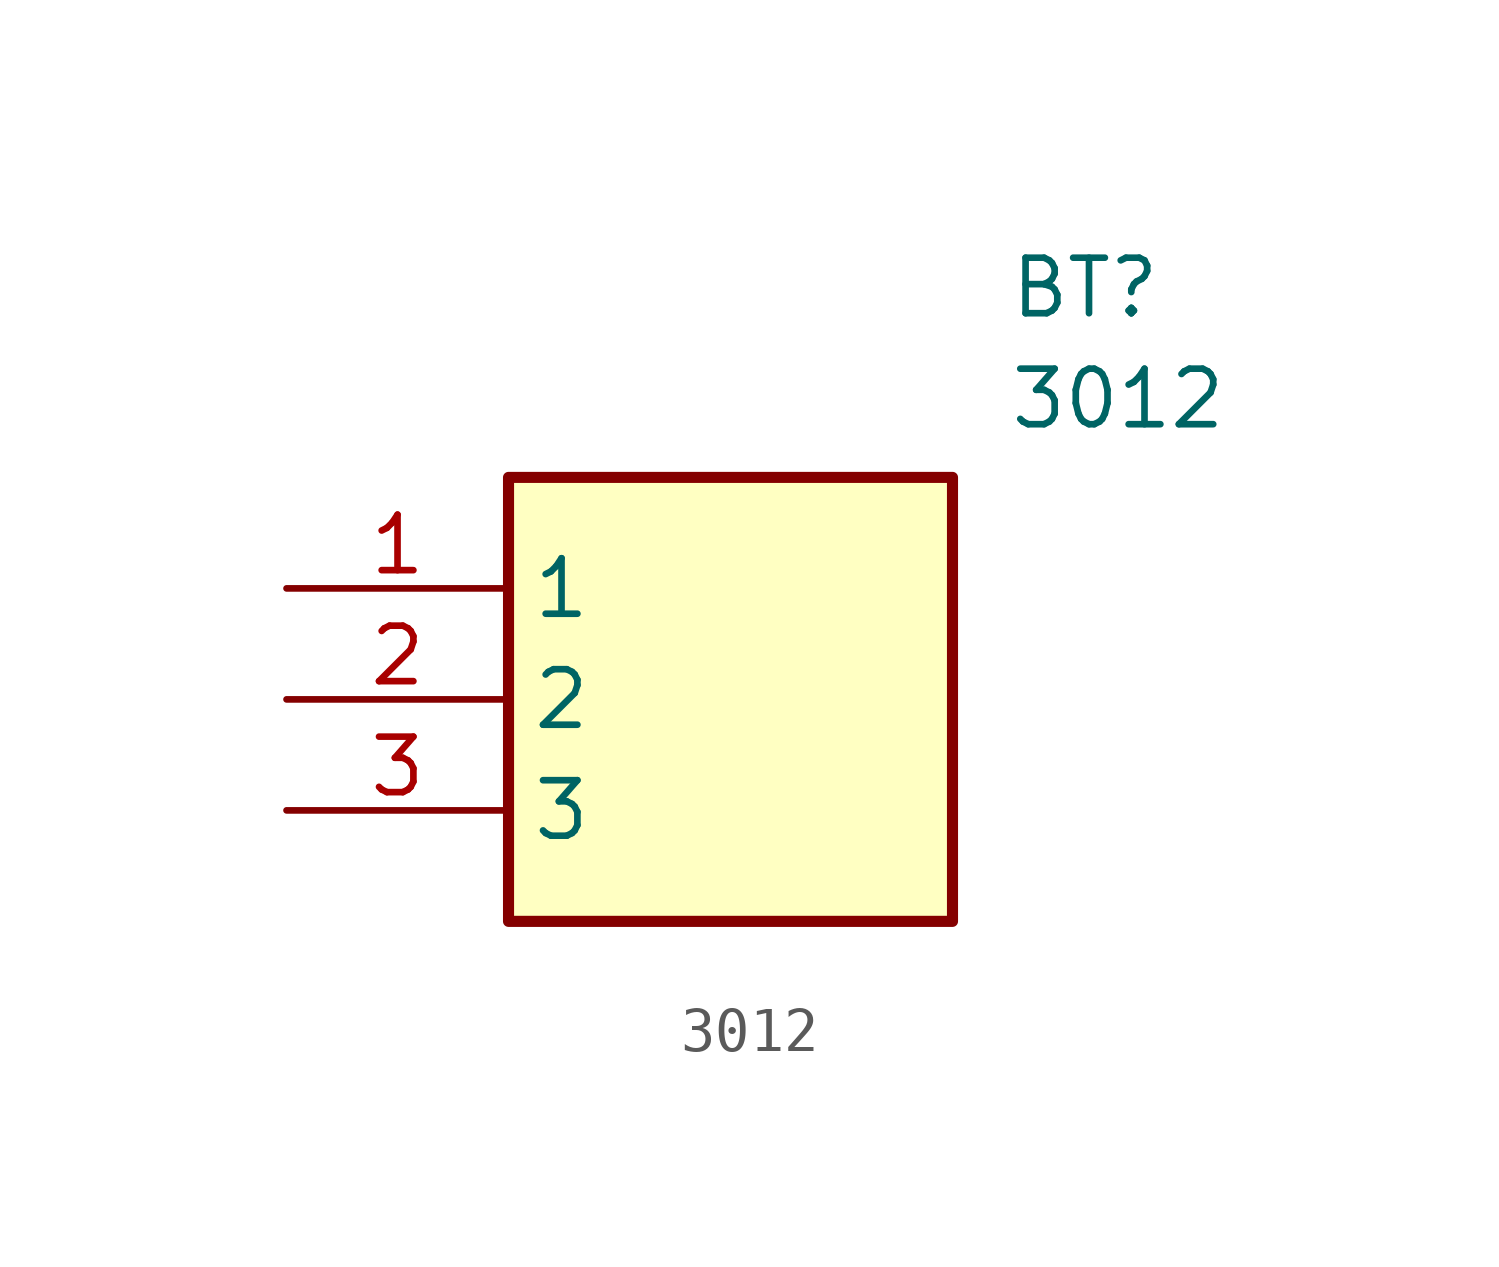
<source format=kicad_sym>
(kicad_symbol_lib
  (version 20211014)
  (generator SamacSys_ECAD_Model)
  (symbol "3012"
    (property "Reference" "BT"
      (at 16.51 7.62 0)
      (effects (font (size 1.27 1.27)) (justify left top)))
    (property "Value" "3012"
      (at 16.51 5.08 0)
      (effects (font (size 1.27 1.27)) (justify left top)))
    (rectangle
      (start 5.08 2.54)
      (end 15.24 -7.62)
      (stroke (width 0.254) (type default))
      (fill (type background)))
    (pin passive line
      (at 0 0 0)
      (length 5.08)
      (name "1" (effects (font (size 1.27 1.27))))
      (number "1" (effects (font (size 1.27 1.27)))))
    (pin passive line
      (at 0 -2.54 0)
      (length 5.08)
      (name "2" (effects (font (size 1.27 1.27))))
      (number "2" (effects (font (size 1.27 1.27)))))
    (pin passive line
      (at 0 -5.08 0)
      (length 5.08)
      (name "3" (effects (font (size 1.27 1.27))))
      (number "3" (effects (font (size 1.27 1.27)))))))
</source>
